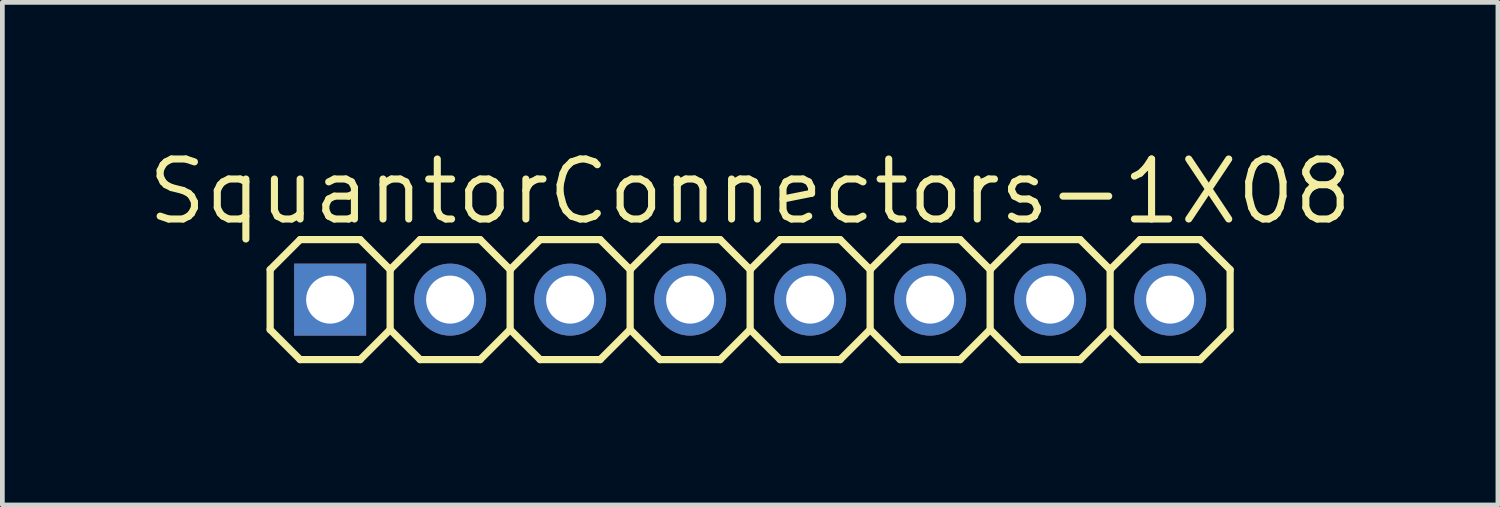
<source format=kicad_pcb>
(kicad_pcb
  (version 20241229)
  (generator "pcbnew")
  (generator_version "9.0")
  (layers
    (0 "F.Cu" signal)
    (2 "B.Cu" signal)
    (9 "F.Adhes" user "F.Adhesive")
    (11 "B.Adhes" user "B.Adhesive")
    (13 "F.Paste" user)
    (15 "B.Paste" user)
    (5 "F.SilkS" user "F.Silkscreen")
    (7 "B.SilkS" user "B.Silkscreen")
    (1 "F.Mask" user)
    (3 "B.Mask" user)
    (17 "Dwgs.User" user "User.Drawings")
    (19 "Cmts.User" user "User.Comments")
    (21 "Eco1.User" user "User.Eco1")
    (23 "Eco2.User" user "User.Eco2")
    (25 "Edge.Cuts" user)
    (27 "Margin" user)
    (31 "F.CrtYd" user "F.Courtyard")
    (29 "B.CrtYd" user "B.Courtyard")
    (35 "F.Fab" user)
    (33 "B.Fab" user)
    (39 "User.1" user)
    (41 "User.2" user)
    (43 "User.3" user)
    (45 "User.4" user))
  (footprint "SquantorConnectors-1X08"
    (layer "F.Cu")
    (at 12.828 3.292)
    (property "Reference" "SquantorConnectors-1X08" (at 0 -2.286 0) (layer "F.SilkS") (effects (font (size 1.27 1.27) (thickness 0.15))))
    (attr exclude_from_pos_files exclude_from_bom)
    (fp_line (start -10.16 -0.635) (end -10.16 0.635) (stroke (width 0.152) (type solid)) (layer "F.SilkS"))
    (fp_line (start -10.16 0.635) (end -9.525 1.27) (stroke (width 0.152) (type solid)) (layer "F.SilkS"))
    (fp_line (start -9.525 -1.27) (end -10.16 -0.635) (stroke (width 0.152) (type solid)) (layer "F.SilkS"))
    (fp_line (start -9.525 -1.27) (end -8.255 -1.27) (stroke (width 0.152) (type solid)) (layer "F.SilkS"))
    (fp_line (start -8.255 -1.27) (end -7.62 -0.635) (stroke (width 0.152) (type solid)) (layer "F.SilkS"))
    (fp_line (start -8.255 1.27) (end -9.525 1.27) (stroke (width 0.152) (type solid)) (layer "F.SilkS"))
    (fp_line (start -7.62 -0.635) (end -7.62 0.635) (stroke (width 0.152) (type solid)) (layer "F.SilkS"))
    (fp_line (start -7.62 -0.635) (end -6.985 -1.27) (stroke (width 0.152) (type solid)) (layer "F.SilkS"))
    (fp_line (start -7.62 0.635) (end -8.255 1.27) (stroke (width 0.152) (type solid)) (layer "F.SilkS"))
    (fp_line (start -6.985 -1.27) (end -5.715 -1.27) (stroke (width 0.152) (type solid)) (layer "F.SilkS"))
    (fp_line (start -6.985 1.27) (end -7.62 0.635) (stroke (width 0.152) (type solid)) (layer "F.SilkS"))
    (fp_line (start -5.715 -1.27) (end -5.08 -0.635) (stroke (width 0.152) (type solid)) (layer "F.SilkS"))
    (fp_line (start -5.715 1.27) (end -6.985 1.27) (stroke (width 0.152) (type solid)) (layer "F.SilkS"))
    (fp_line (start -5.08 -0.635) (end -5.08 0.635) (stroke (width 0.152) (type solid)) (layer "F.SilkS"))
    (fp_line (start -5.08 -0.635) (end -4.445 -1.27) (stroke (width 0.152) (type solid)) (layer "F.SilkS"))
    (fp_line (start -5.08 0.635) (end -5.715 1.27) (stroke (width 0.152) (type solid)) (layer "F.SilkS"))
    (fp_line (start -4.445 -1.27) (end -3.175 -1.27) (stroke (width 0.152) (type solid)) (layer "F.SilkS"))
    (fp_line (start -4.445 1.27) (end -5.08 0.635) (stroke (width 0.152) (type solid)) (layer "F.SilkS"))
    (fp_line (start -3.175 -1.27) (end -2.54 -0.635) (stroke (width 0.152) (type solid)) (layer "F.SilkS"))
    (fp_line (start -3.175 1.27) (end -4.445 1.27) (stroke (width 0.152) (type solid)) (layer "F.SilkS"))
    (fp_line (start -2.54 -0.635) (end -2.54 0.635) (stroke (width 0.152) (type solid)) (layer "F.SilkS"))
    (fp_line (start -2.54 0.635) (end -3.175 1.27) (stroke (width 0.152) (type solid)) (layer "F.SilkS"))
    (fp_line (start -2.54 0.635) (end -1.905 1.27) (stroke (width 0.152) (type solid)) (layer "F.SilkS"))
    (fp_line (start -1.905 -1.27) (end -2.54 -0.635) (stroke (width 0.152) (type solid)) (layer "F.SilkS"))
    (fp_line (start -1.905 -1.27) (end -0.635 -1.27) (stroke (width 0.152) (type solid)) (layer "F.SilkS"))
    (fp_line (start -0.635 -1.27) (end 0 -0.635) (stroke (width 0.152) (type solid)) (layer "F.SilkS"))
    (fp_line (start -0.635 1.27) (end -1.905 1.27) (stroke (width 0.152) (type solid)) (layer "F.SilkS"))
    (fp_line (start 0 -0.635) (end 0 0.635) (stroke (width 0.152) (type solid)) (layer "F.SilkS"))
    (fp_line (start 0 -0.635) (end 0.635 -1.27) (stroke (width 0.152) (type solid)) (layer "F.SilkS"))
    (fp_line (start 0 0.635) (end -0.635 1.27) (stroke (width 0.152) (type solid)) (layer "F.SilkS"))
    (fp_line (start 0.635 -1.27) (end 1.905 -1.27) (stroke (width 0.152) (type solid)) (layer "F.SilkS"))
    (fp_line (start 0.635 1.27) (end 0 0.635) (stroke (width 0.152) (type solid)) (layer "F.SilkS"))
    (fp_line (start 1.905 -1.27) (end 2.54 -0.635) (stroke (width 0.152) (type solid)) (layer "F.SilkS"))
    (fp_line (start 1.905 1.27) (end 0.635 1.27) (stroke (width 0.152) (type solid)) (layer "F.SilkS"))
    (fp_line (start 2.54 -0.635) (end 2.54 0.635) (stroke (width 0.152) (type solid)) (layer "F.SilkS"))
    (fp_line (start 2.54 -0.635) (end 3.175 -1.27) (stroke (width 0.152) (type solid)) (layer "F.SilkS"))
    (fp_line (start 2.54 0.635) (end 1.905 1.27) (stroke (width 0.152) (type solid)) (layer "F.SilkS"))
    (fp_line (start 3.175 -1.27) (end 4.445 -1.27) (stroke (width 0.152) (type solid)) (layer "F.SilkS"))
    (fp_line (start 3.175 1.27) (end 2.54 0.635) (stroke (width 0.152) (type solid)) (layer "F.SilkS"))
    (fp_line (start 4.445 -1.27) (end 5.08 -0.635) (stroke (width 0.152) (type solid)) (layer "F.SilkS"))
    (fp_line (start 4.445 1.27) (end 3.175 1.27) (stroke (width 0.152) (type solid)) (layer "F.SilkS"))
    (fp_line (start 5.08 -0.635) (end 5.08 0.635) (stroke (width 0.152) (type solid)) (layer "F.SilkS"))
    (fp_line (start 5.08 0.635) (end 4.445 1.27) (stroke (width 0.152) (type solid)) (layer "F.SilkS"))
    (fp_line (start 5.08 0.635) (end 5.715 1.27) (stroke (width 0.152) (type solid)) (layer "F.SilkS"))
    (fp_line (start 5.715 -1.27) (end 5.08 -0.635) (stroke (width 0.152) (type solid)) (layer "F.SilkS"))
    (fp_line (start 5.715 -1.27) (end 6.985 -1.27) (stroke (width 0.152) (type solid)) (layer "F.SilkS"))
    (fp_line (start 6.985 -1.27) (end 7.62 -0.635) (stroke (width 0.152) (type solid)) (layer "F.SilkS"))
    (fp_line (start 6.985 1.27) (end 5.715 1.27) (stroke (width 0.152) (type solid)) (layer "F.SilkS"))
    (fp_line (start 7.62 -0.635) (end 7.62 0.635) (stroke (width 0.152) (type solid)) (layer "F.SilkS"))
    (fp_line (start 7.62 0.635) (end 6.985 1.27) (stroke (width 0.152) (type solid)) (layer "F.SilkS"))
    (fp_line (start 7.62 0.635) (end 8.255 1.27) (stroke (width 0.152) (type solid)) (layer "F.SilkS"))
    (fp_line (start 8.255 -1.27) (end 7.62 -0.635) (stroke (width 0.152) (type solid)) (layer "F.SilkS"))
    (fp_line (start 8.255 -1.27) (end 9.525 -1.27) (stroke (width 0.152) (type solid)) (layer "F.SilkS"))
    (fp_line (start 9.525 -1.27) (end 10.16 -0.635) (stroke (width 0.152) (type solid)) (layer "F.SilkS"))
    (fp_line (start 9.525 1.27) (end 8.255 1.27) (stroke (width 0.152) (type solid)) (layer "F.SilkS"))
    (fp_line (start 10.16 -0.635) (end 10.16 0.635) (stroke (width 0.152) (type solid)) (layer "F.SilkS"))
    (fp_line (start 10.16 0.635) (end 9.525 1.27) (stroke (width 0.152) (type solid)) (layer "F.SilkS"))
    (pad "1" thru_hole rect (at -8.89 0 180) (size 1.524 1.524) (drill 1.016) (layers "*.Cu" "*.Mask"))
    (pad "2" thru_hole circle (at -6.35 0 180) (size 1.524 1.524) (drill 1.016) (layers "*.Cu" "*.Mask"))
    (pad "3" thru_hole circle (at -3.81 0 180) (size 1.524 1.524) (drill 1.016) (layers "*.Cu" "*.Mask"))
    (pad "4" thru_hole circle (at -1.27 0 180) (size 1.524 1.524) (drill 1.016) (layers "*.Cu" "*.Mask"))
    (pad "5" thru_hole circle (at 1.27 0 180) (size 1.524 1.524) (drill 1.016) (layers "*.Cu" "*.Mask"))
    (pad "6" thru_hole circle (at 3.81 0 180) (size 1.524 1.524) (drill 1.016) (layers "*.Cu" "*.Mask"))
    (pad "7" thru_hole circle (at 6.35 0 180) (size 1.524 1.524) (drill 1.016) (layers "*.Cu" "*.Mask"))
    (pad "8" thru_hole circle (at 8.89 0 180) (size 1.524 1.524) (drill 1.016) (layers "*.Cu" "*.Mask")))
  (gr_rect
    (start -3 -3)
    (end 28.656 7.638)
    (stroke (width 0.1) (type default))
    (fill no)
    (layer "Edge.Cuts")))
</source>
